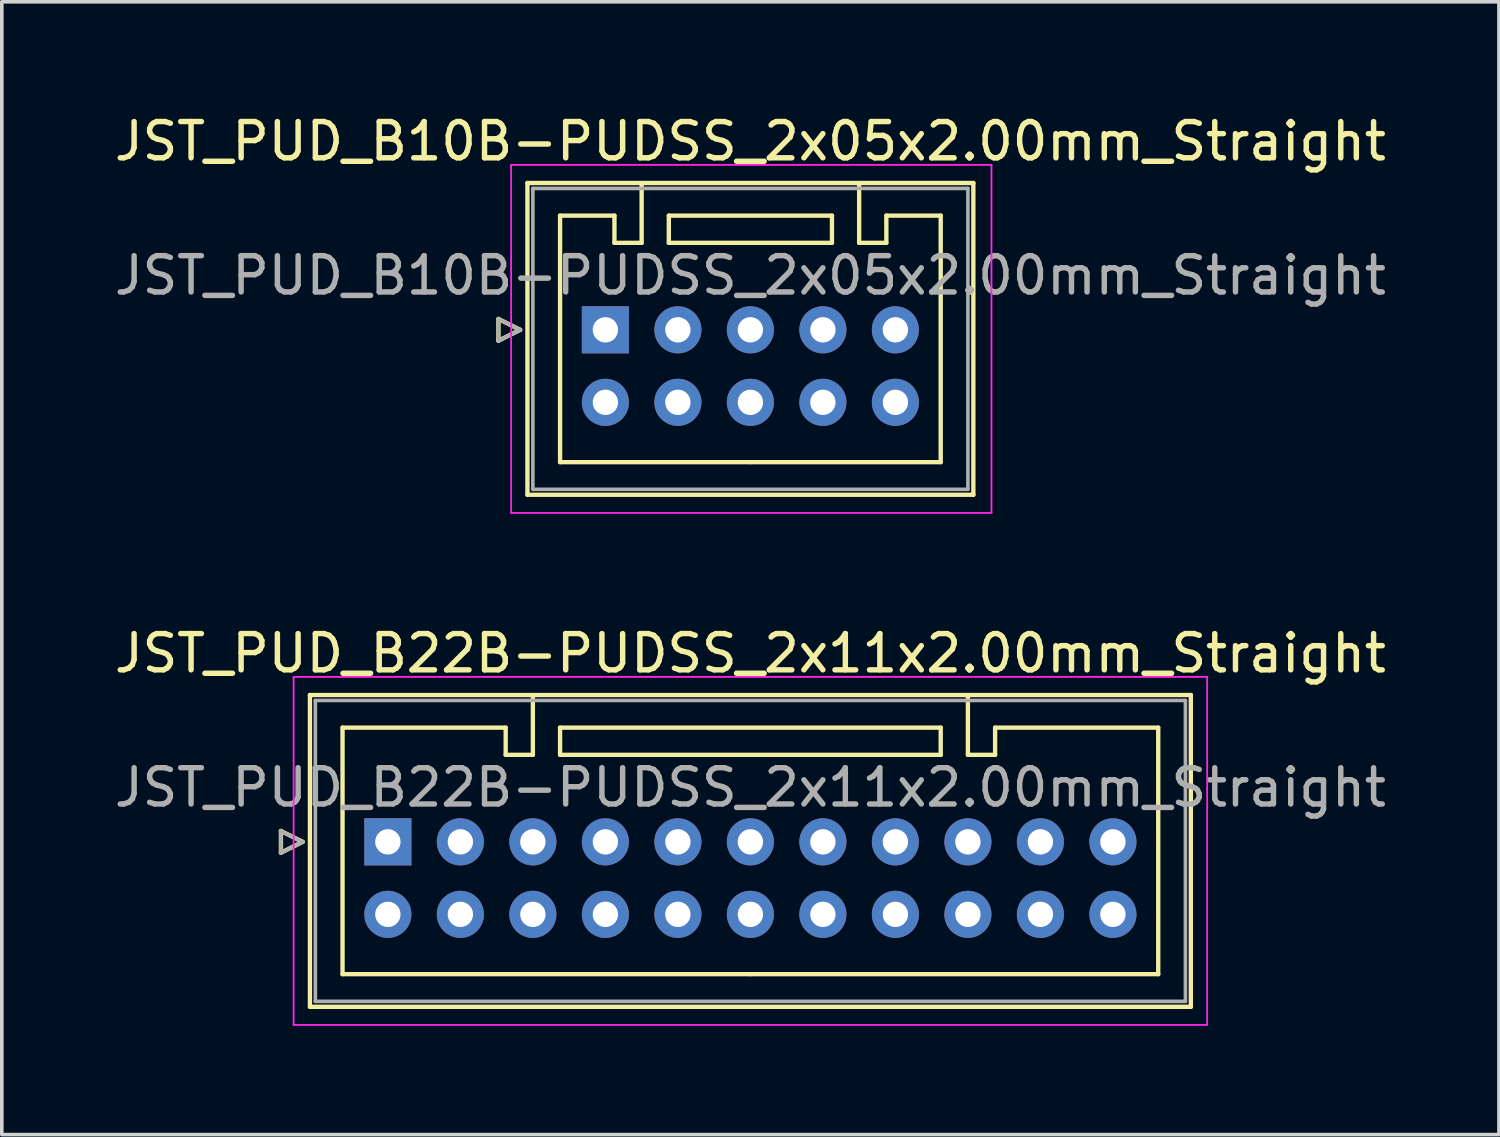
<source format=kicad_pcb>
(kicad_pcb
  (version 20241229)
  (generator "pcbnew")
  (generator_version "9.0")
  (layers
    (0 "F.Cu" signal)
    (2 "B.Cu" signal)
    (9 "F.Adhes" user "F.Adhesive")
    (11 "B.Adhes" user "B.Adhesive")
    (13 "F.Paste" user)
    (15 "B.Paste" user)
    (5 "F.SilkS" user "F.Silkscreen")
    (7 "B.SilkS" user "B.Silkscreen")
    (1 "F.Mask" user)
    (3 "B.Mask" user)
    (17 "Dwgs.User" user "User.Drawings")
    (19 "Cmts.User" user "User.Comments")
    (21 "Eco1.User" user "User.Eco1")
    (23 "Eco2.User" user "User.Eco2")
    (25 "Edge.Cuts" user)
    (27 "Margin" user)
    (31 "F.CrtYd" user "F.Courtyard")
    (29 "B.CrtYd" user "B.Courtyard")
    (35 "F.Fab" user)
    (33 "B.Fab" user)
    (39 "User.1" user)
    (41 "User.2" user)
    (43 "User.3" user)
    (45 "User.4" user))
  (footprint "JST_PUD_B10B-PUDSS_2x05x2.00mm_Straight"
    (layer "F.Cu")
    (at 13.649 6.048)
    (property "Reference" "JST_PUD_B10B-PUDSS_2x05x2.00mm_Straight" (at 4 -5.2 0) (layer "F.SilkS") (effects (font (size 1 1) (thickness 0.15))))
    (attr through_hole)
    (fp_line (start -2.95 -0.3) (end -2.35 0) (stroke (width 0.12) (type solid)) (layer "F.SilkS"))
    (fp_line (start -2.95 0.3) (end -2.95 -0.3) (stroke (width 0.12) (type solid)) (layer "F.SilkS"))
    (fp_line (start -2.35 0) (end -2.95 0.3) (stroke (width 0.12) (type solid)) (layer "F.SilkS"))
    (fp_line (start -2.15 -4.05) (end -2.15 4.55) (stroke (width 0.12) (type solid)) (layer "F.SilkS"))
    (fp_line (start -2.15 4.55) (end 10.15 4.55) (stroke (width 0.12) (type solid)) (layer "F.SilkS"))
    (fp_line (start -1.25 -3.15) (end -1.25 3.65) (stroke (width 0.12) (type solid)) (layer "F.SilkS"))
    (fp_line (start -1.25 3.65) (end 4 3.65) (stroke (width 0.12) (type solid)) (layer "F.SilkS"))
    (fp_line (start 0.25 -3.15) (end -1.25 -3.15) (stroke (width 0.12) (type solid)) (layer "F.SilkS"))
    (fp_line (start 0.25 -2.4) (end 0.25 -3.15) (stroke (width 0.12) (type solid)) (layer "F.SilkS"))
    (fp_line (start 1 -4.05) (end 1 -2.4) (stroke (width 0.12) (type solid)) (layer "F.SilkS"))
    (fp_line (start 1 -2.4) (end 0.25 -2.4) (stroke (width 0.12) (type solid)) (layer "F.SilkS"))
    (fp_line (start 1.75 -3.15) (end 1.75 -2.4) (stroke (width 0.12) (type solid)) (layer "F.SilkS"))
    (fp_line (start 1.75 -2.4) (end 6.25 -2.4) (stroke (width 0.12) (type solid)) (layer "F.SilkS"))
    (fp_line (start 6.25 -3.15) (end 1.75 -3.15) (stroke (width 0.12) (type solid)) (layer "F.SilkS"))
    (fp_line (start 6.25 -2.4) (end 6.25 -3.15) (stroke (width 0.12) (type solid)) (layer "F.SilkS"))
    (fp_line (start 7 -4.05) (end 7 -2.4) (stroke (width 0.12) (type solid)) (layer "F.SilkS"))
    (fp_line (start 7 -2.4) (end 7.75 -2.4) (stroke (width 0.12) (type solid)) (layer "F.SilkS"))
    (fp_line (start 7.75 -3.15) (end 9.25 -3.15) (stroke (width 0.12) (type solid)) (layer "F.SilkS"))
    (fp_line (start 7.75 -2.4) (end 7.75 -3.15) (stroke (width 0.12) (type solid)) (layer "F.SilkS"))
    (fp_line (start 9.25 -3.15) (end 9.25 3.65) (stroke (width 0.12) (type solid)) (layer "F.SilkS"))
    (fp_line (start 9.25 3.65) (end 4 3.65) (stroke (width 0.12) (type solid)) (layer "F.SilkS"))
    (fp_line (start 10.15 -4.05) (end -2.15 -4.05) (stroke (width 0.12) (type solid)) (layer "F.SilkS"))
    (fp_line (start 10.15 4.55) (end 10.15 -4.05) (stroke (width 0.12) (type solid)) (layer "F.SilkS"))
    (fp_line (start -2.6 -4.55) (end -2.6 5.05) (stroke (width 0.05) (type solid)) (layer "F.CrtYd"))
    (fp_line (start -2.6 5.05) (end 10.65 5.05) (stroke (width 0.05) (type solid)) (layer "F.CrtYd"))
    (fp_line (start 10.65 -4.55) (end -2.6 -4.55) (stroke (width 0.05) (type solid)) (layer "F.CrtYd"))
    (fp_line (start 10.65 5.05) (end 10.65 -4.55) (stroke (width 0.05) (type solid)) (layer "F.CrtYd"))
    (fp_line (start -2.95 -0.3) (end -2.35 0) (stroke (width 0.1) (type solid)) (layer "F.Fab"))
    (fp_line (start -2.95 0.3) (end -2.95 -0.3) (stroke (width 0.1) (type solid)) (layer "F.Fab"))
    (fp_line (start -2.35 0) (end -2.95 0.3) (stroke (width 0.1) (type solid)) (layer "F.Fab"))
    (fp_line (start -2 -3.9) (end -2 4.4) (stroke (width 0.1) (type solid)) (layer "F.Fab"))
    (fp_line (start -2 4.4) (end 10 4.4) (stroke (width 0.1) (type solid)) (layer "F.Fab"))
    (fp_line (start 10 -3.9) (end -2 -3.9) (stroke (width 0.1) (type solid)) (layer "F.Fab"))
    (fp_line (start 10 4.4) (end 10 -3.9) (stroke (width 0.1) (type solid)) (layer "F.Fab"))
    (fp_text user "${REFERENCE}" (at 4 -1.5 0) (layer "F.Fab") (effects (font (size 1 1) (thickness 0.15))))
    (pad "1" thru_hole rect (at 0 0) (size 1.3 1.3) (drill 0.7) (layers "*.Cu" "*.Mask"))
    (pad "2" thru_hole circle (at 0 2) (size 1.3 1.3) (drill 0.7) (layers "*.Cu" "*.Mask"))
    (pad "3" thru_hole circle (at 2 0) (size 1.3 1.3) (drill 0.7) (layers "*.Cu" "*.Mask"))
    (pad "4" thru_hole circle (at 2 2) (size 1.3 1.3) (drill 0.7) (layers "*.Cu" "*.Mask"))
    (pad "5" thru_hole circle (at 4 0) (size 1.3 1.3) (drill 0.7) (layers "*.Cu" "*.Mask"))
    (pad "6" thru_hole circle (at 4 2) (size 1.3 1.3) (drill 0.7) (layers "*.Cu" "*.Mask"))
    (pad "7" thru_hole circle (at 6 0) (size 1.3 1.3) (drill 0.7) (layers "*.Cu" "*.Mask"))
    (pad "8" thru_hole circle (at 6 2) (size 1.3 1.3) (drill 0.7) (layers "*.Cu" "*.Mask"))
    (pad "9" thru_hole circle (at 8 0) (size 1.3 1.3) (drill 0.7) (layers "*.Cu" "*.Mask"))
    (pad "10" thru_hole circle (at 8 2) (size 1.3 1.3) (drill 0.7) (layers "*.Cu" "*.Mask")))
  (footprint "JST_PUD_B22B-PUDSS_2x11x2.00mm_Straight"
    (layer "F.Cu")
    (at 7.649 20.172)
    (property "Reference" "JST_PUD_B22B-PUDSS_2x11x2.00mm_Straight" (at 10 -5.2 0) (layer "F.SilkS") (effects (font (size 1 1) (thickness 0.15))))
    (attr through_hole)
    (fp_line (start -2.95 -0.3) (end -2.35 0) (stroke (width 0.12) (type solid)) (layer "F.SilkS"))
    (fp_line (start -2.95 0.3) (end -2.95 -0.3) (stroke (width 0.12) (type solid)) (layer "F.SilkS"))
    (fp_line (start -2.35 0) (end -2.95 0.3) (stroke (width 0.12) (type solid)) (layer "F.SilkS"))
    (fp_line (start -2.15 -4.05) (end -2.15 4.55) (stroke (width 0.12) (type solid)) (layer "F.SilkS"))
    (fp_line (start -2.15 4.55) (end 22.15 4.55) (stroke (width 0.12) (type solid)) (layer "F.SilkS"))
    (fp_line (start -1.25 -3.15) (end -1.25 3.65) (stroke (width 0.12) (type solid)) (layer "F.SilkS"))
    (fp_line (start -1.25 3.65) (end 10 3.65) (stroke (width 0.12) (type solid)) (layer "F.SilkS"))
    (fp_line (start 3.25 -3.15) (end -1.25 -3.15) (stroke (width 0.12) (type solid)) (layer "F.SilkS"))
    (fp_line (start 3.25 -2.4) (end 3.25 -3.15) (stroke (width 0.12) (type solid)) (layer "F.SilkS"))
    (fp_line (start 4 -4.05) (end 4 -2.4) (stroke (width 0.12) (type solid)) (layer "F.SilkS"))
    (fp_line (start 4 -2.4) (end 3.25 -2.4) (stroke (width 0.12) (type solid)) (layer "F.SilkS"))
    (fp_line (start 4.75 -3.15) (end 4.75 -2.4) (stroke (width 0.12) (type solid)) (layer "F.SilkS"))
    (fp_line (start 4.75 -2.4) (end 15.25 -2.4) (stroke (width 0.12) (type solid)) (layer "F.SilkS"))
    (fp_line (start 15.25 -3.15) (end 4.75 -3.15) (stroke (width 0.12) (type solid)) (layer "F.SilkS"))
    (fp_line (start 15.25 -2.4) (end 15.25 -3.15) (stroke (width 0.12) (type solid)) (layer "F.SilkS"))
    (fp_line (start 16 -4.05) (end 16 -2.4) (stroke (width 0.12) (type solid)) (layer "F.SilkS"))
    (fp_line (start 16 -2.4) (end 16.75 -2.4) (stroke (width 0.12) (type solid)) (layer "F.SilkS"))
    (fp_line (start 16.75 -3.15) (end 21.25 -3.15) (stroke (width 0.12) (type solid)) (layer "F.SilkS"))
    (fp_line (start 16.75 -2.4) (end 16.75 -3.15) (stroke (width 0.12) (type solid)) (layer "F.SilkS"))
    (fp_line (start 21.25 -3.15) (end 21.25 3.65) (stroke (width 0.12) (type solid)) (layer "F.SilkS"))
    (fp_line (start 21.25 3.65) (end 10 3.65) (stroke (width 0.12) (type solid)) (layer "F.SilkS"))
    (fp_line (start 22.15 -4.05) (end -2.15 -4.05) (stroke (width 0.12) (type solid)) (layer "F.SilkS"))
    (fp_line (start 22.15 4.55) (end 22.15 -4.05) (stroke (width 0.12) (type solid)) (layer "F.SilkS"))
    (fp_line (start -2.6 -4.55) (end -2.6 5.05) (stroke (width 0.05) (type solid)) (layer "F.CrtYd"))
    (fp_line (start -2.6 5.05) (end 22.6 5.05) (stroke (width 0.05) (type solid)) (layer "F.CrtYd"))
    (fp_line (start 22.6 -4.55) (end -2.6 -4.55) (stroke (width 0.05) (type solid)) (layer "F.CrtYd"))
    (fp_line (start 22.6 5.05) (end 22.6 -4.55) (stroke (width 0.05) (type solid)) (layer "F.CrtYd"))
    (fp_line (start -2.95 -0.3) (end -2.35 0) (stroke (width 0.1) (type solid)) (layer "F.Fab"))
    (fp_line (start -2.95 0.3) (end -2.95 -0.3) (stroke (width 0.1) (type solid)) (layer "F.Fab"))
    (fp_line (start -2.35 0) (end -2.95 0.3) (stroke (width 0.1) (type solid)) (layer "F.Fab"))
    (fp_line (start -2 -3.9) (end -2 4.4) (stroke (width 0.1) (type solid)) (layer "F.Fab"))
    (fp_line (start -2 4.4) (end 22 4.4) (stroke (width 0.1) (type solid)) (layer "F.Fab"))
    (fp_line (start 22 -3.9) (end -2 -3.9) (stroke (width 0.1) (type solid)) (layer "F.Fab"))
    (fp_line (start 22 4.4) (end 22 -3.9) (stroke (width 0.1) (type solid)) (layer "F.Fab"))
    (fp_text user "${REFERENCE}" (at 10 -1.5 0) (layer "F.Fab") (effects (font (size 1 1) (thickness 0.15))))
    (pad "1" thru_hole rect (at 0 0) (size 1.3 1.3) (drill 0.7) (layers "*.Cu" "*.Mask"))
    (pad "2" thru_hole circle (at 0 2) (size 1.3 1.3) (drill 0.7) (layers "*.Cu" "*.Mask"))
    (pad "3" thru_hole circle (at 2 0) (size 1.3 1.3) (drill 0.7) (layers "*.Cu" "*.Mask"))
    (pad "4" thru_hole circle (at 2 2) (size 1.3 1.3) (drill 0.7) (layers "*.Cu" "*.Mask"))
    (pad "5" thru_hole circle (at 4 0) (size 1.3 1.3) (drill 0.7) (layers "*.Cu" "*.Mask"))
    (pad "6" thru_hole circle (at 4 2) (size 1.3 1.3) (drill 0.7) (layers "*.Cu" "*.Mask"))
    (pad "7" thru_hole circle (at 6 0) (size 1.3 1.3) (drill 0.7) (layers "*.Cu" "*.Mask"))
    (pad "8" thru_hole circle (at 6 2) (size 1.3 1.3) (drill 0.7) (layers "*.Cu" "*.Mask"))
    (pad "9" thru_hole circle (at 8 0) (size 1.3 1.3) (drill 0.7) (layers "*.Cu" "*.Mask"))
    (pad "10" thru_hole circle (at 8 2) (size 1.3 1.3) (drill 0.7) (layers "*.Cu" "*.Mask"))
    (pad "11" thru_hole circle (at 10 0) (size 1.3 1.3) (drill 0.7) (layers "*.Cu" "*.Mask"))
    (pad "12" thru_hole circle (at 10 2) (size 1.3 1.3) (drill 0.7) (layers "*.Cu" "*.Mask"))
    (pad "13" thru_hole circle (at 12 0) (size 1.3 1.3) (drill 0.7) (layers "*.Cu" "*.Mask"))
    (pad "14" thru_hole circle (at 12 2) (size 1.3 1.3) (drill 0.7) (layers "*.Cu" "*.Mask"))
    (pad "15" thru_hole circle (at 14 0) (size 1.3 1.3) (drill 0.7) (layers "*.Cu" "*.Mask"))
    (pad "16" thru_hole circle (at 14 2) (size 1.3 1.3) (drill 0.7) (layers "*.Cu" "*.Mask"))
    (pad "17" thru_hole circle (at 16 0) (size 1.3 1.3) (drill 0.7) (layers "*.Cu" "*.Mask"))
    (pad "18" thru_hole circle (at 16 2) (size 1.3 1.3) (drill 0.7) (layers "*.Cu" "*.Mask"))
    (pad "19" thru_hole circle (at 18 0) (size 1.3 1.3) (drill 0.7) (layers "*.Cu" "*.Mask"))
    (pad "20" thru_hole circle (at 18 2) (size 1.3 1.3) (drill 0.7) (layers "*.Cu" "*.Mask"))
    (pad "21" thru_hole circle (at 20 0) (size 1.3 1.3) (drill 0.7) (layers "*.Cu" "*.Mask"))
    (pad "22" thru_hole circle (at 20 2) (size 1.3 1.3) (drill 0.7) (layers "*.Cu" "*.Mask")))
  (gr_rect
    (start -3 -3)
    (end 38.298 28.247)
    (stroke (width 0.1) (type default))
    (fill no)
    (layer "Edge.Cuts")))
</source>
